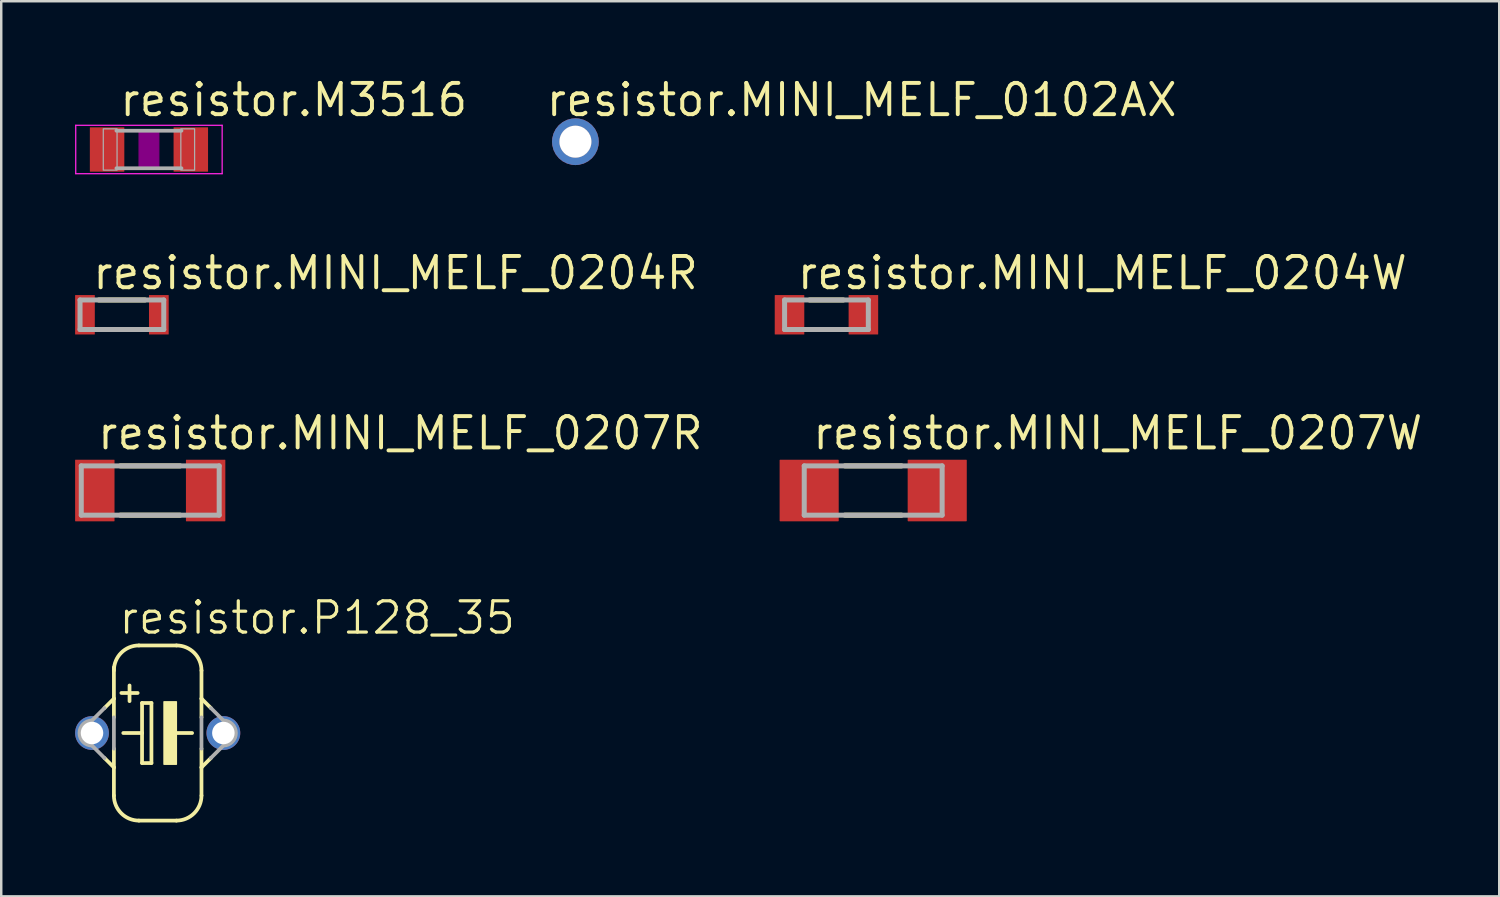
<source format=kicad_pcb>
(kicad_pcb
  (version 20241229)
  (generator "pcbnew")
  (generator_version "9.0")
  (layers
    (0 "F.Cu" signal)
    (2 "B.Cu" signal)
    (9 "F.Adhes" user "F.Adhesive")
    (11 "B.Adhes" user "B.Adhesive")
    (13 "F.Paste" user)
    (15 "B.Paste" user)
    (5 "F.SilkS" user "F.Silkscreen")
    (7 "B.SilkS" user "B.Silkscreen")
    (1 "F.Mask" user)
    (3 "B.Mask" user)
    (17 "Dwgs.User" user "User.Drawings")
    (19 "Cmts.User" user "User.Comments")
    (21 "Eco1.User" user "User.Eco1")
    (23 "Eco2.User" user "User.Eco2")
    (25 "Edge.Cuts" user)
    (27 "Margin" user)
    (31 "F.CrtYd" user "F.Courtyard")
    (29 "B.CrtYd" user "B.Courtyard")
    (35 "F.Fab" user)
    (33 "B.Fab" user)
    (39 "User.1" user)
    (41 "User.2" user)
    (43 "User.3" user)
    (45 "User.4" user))
  (footprint "resistor.MINI_MELF_0102AX"
    (layer "F.Cu")
    (at 20.315 2.703)
    (property "Reference" "resistor.MINI_MELF_0102AX" (at -1.27 -0.953 0) (layer "F.SilkS") (effects (font (size 1.27 1.27) (thickness 0.16)) (justify left bottom)))
    (attr smd)
    (fp_circle (center 0 0) (end 0.6 0) (stroke (width 0.1) (type default)) (fill no) (layer "B.Fab"))
    (fp_circle (center 0 0) (end 0.6 0) (stroke (width 0.1) (type default)) (fill no) (layer "F.Fab"))
    (pad "" np_thru_hole circle (at 0 0) (size 1.3 1.3) (drill 1.3) (layers "*.Cu" "*.Mask"))
    (pad "1" smd roundrect (at 0 0) (size 1.9 1.9) (layers "F.Cu" "F.Mask" "F.Paste") (roundrect_rratio 0.5))
    (pad "2" smd roundrect (at 0 0) (size 1.9 1.9) (layers "B.Cu" "B.Mask" "B.Paste") (roundrect_rratio 0.5)))
  (footprint "resistor.P128_35"
    (layer "F.Cu")
    (at 3.353 26.715)
    (property "Reference" "resistor.P128_35" (at -1.651 -3.937 0) (layer "F.SilkS") (effects (font (size 1.27 1.27) (thickness 0.13)) (justify left bottom)))
    (attr through_hole)
    (fp_line (start -2.159 -1.016) (end -1.778 -1.397) (stroke (width 0.152) (type default)) (layer "F.SilkS"))
    (fp_line (start -1.778 -2.667) (end -1.778 -1.397) (stroke (width 0.152) (type default)) (layer "F.SilkS"))
    (fp_line (start -1.778 -1.397) (end -1.778 -0.635) (stroke (width 0.152) (type default)) (layer "F.SilkS"))
    (fp_line (start -1.778 0.635) (end -1.778 1.397) (stroke (width 0.152) (type default)) (layer "F.SilkS"))
    (fp_line (start -1.778 1.397) (end -2.159 1.016) (stroke (width 0.152) (type default)) (layer "F.SilkS"))
    (fp_line (start -1.778 1.397) (end -1.778 2.54) (stroke (width 0.152) (type default)) (layer "F.SilkS"))
    (fp_line (start -1.397 0) (end -0.635 0) (stroke (width 0.152) (type default)) (layer "F.SilkS"))
    (fp_line (start -1.143 -1.93) (end -1.143 -1.295) (stroke (width 0.152) (type default)) (layer "F.SilkS"))
    (fp_line (start -0.813 -1.626) (end -1.473 -1.626) (stroke (width 0.152) (type default)) (layer "F.SilkS"))
    (fp_line (start -0.762 3.556) (end 0.762 3.556) (stroke (width 0.152) (type default)) (layer "F.SilkS"))
    (fp_line (start -0.635 -1.219) (end -0.635 0) (stroke (width 0.152) (type default)) (layer "F.SilkS"))
    (fp_line (start -0.635 0) (end -0.635 1.219) (stroke (width 0.152) (type default)) (layer "F.SilkS"))
    (fp_line (start -0.635 1.219) (end -0.254 1.219) (stroke (width 0.152) (type default)) (layer "F.SilkS"))
    (fp_line (start -0.254 -1.219) (end -0.635 -1.219) (stroke (width 0.152) (type default)) (layer "F.SilkS"))
    (fp_line (start -0.254 1.219) (end -0.254 -1.219) (stroke (width 0.152) (type default)) (layer "F.SilkS"))
    (fp_line (start 0.635 0) (end 1.397 0) (stroke (width 0.152) (type default)) (layer "F.SilkS"))
    (fp_line (start 0.762 -3.556) (end -0.762 -3.556) (stroke (width 0.152) (type default)) (layer "F.SilkS"))
    (fp_line (start 1.778 -2.54) (end 1.778 -1.397) (stroke (width 0.152) (type default)) (layer "F.SilkS"))
    (fp_line (start 1.778 -1.397) (end 1.778 -0.635) (stroke (width 0.152) (type default)) (layer "F.SilkS"))
    (fp_line (start 1.778 0.635) (end 1.778 1.397) (stroke (width 0.152) (type default)) (layer "F.SilkS"))
    (fp_line (start 1.778 1.397) (end 1.778 2.54) (stroke (width 0.152) (type default)) (layer "F.SilkS"))
    (fp_line (start 1.778 1.397) (end 2.159 1.016) (stroke (width 0.152) (type default)) (layer "F.SilkS"))
    (fp_line (start 2.159 -1.016) (end 1.778 -1.397) (stroke (width 0.152) (type default)) (layer "F.SilkS"))
    (fp_rect (start 0.254 1.27) (end 0.762 -1.27) (stroke (width 0.05) (type default)) (fill yes) (layer "F.SilkS"))
    (fp_arc (start -1.778 -2.54) (mid -1.48042 -3.25842) (end -0.762 -3.556) (stroke (width 0.1524) (type default)) (layer "F.SilkS"))
    (fp_arc (start -0.762 3.556) (mid -1.48042 3.25842) (end -1.778 2.54) (stroke (width 0.1524) (type default)) (layer "F.SilkS"))
    (fp_arc (start 0.762 -3.556) (mid 1.48042 -3.25842) (end 1.778 -2.54) (stroke (width 0.1524) (type default)) (layer "F.SilkS"))
    (fp_arc (start 1.778 2.54) (mid 1.48042 3.25842) (end 0.762 3.556) (stroke (width 0.1524) (type default)) (layer "F.SilkS"))
    (fp_line (start -2.667 -0.508) (end -2.159 -1.016) (stroke (width 0.152) (type default)) (layer "F.Fab"))
    (fp_line (start -2.159 1.016) (end -2.667 0.508) (stroke (width 0.152) (type default)) (layer "F.Fab"))
    (fp_line (start -1.778 -0.635) (end -1.778 0.635) (stroke (width 0.152) (type default)) (layer "F.Fab"))
    (fp_line (start 1.778 -0.635) (end 1.778 0.635) (stroke (width 0.152) (type default)) (layer "F.Fab"))
    (fp_line (start 2.159 1.016) (end 2.667 0.508) (stroke (width 0.152) (type default)) (layer "F.Fab"))
    (fp_line (start 2.667 -0.508) (end 2.159 -1.016) (stroke (width 0.152) (type default)) (layer "F.Fab"))
    (fp_arc (start -2.667 0.508) (mid -3.175 0) (end -2.667 -0.508) (stroke (width 0.1524) (type default)) (layer "F.Fab"))
    (fp_arc (start 2.667 -0.508) (mid 3.175 0) (end 2.667 0.508) (stroke (width 0.1524) (type default)) (layer "F.Fab"))
    (pad "+" thru_hole circle (at -2.667 0) (size 1.372 1.372) (drill 0.914) (layers "*.Cu" "*.Mask"))
    (pad "-" thru_hole circle (at 2.667 0) (size 1.372 1.372) (drill 0.914) (layers "*.Cu" "*.Mask")))
  (footprint "resistor.MINI_MELF_0204W"
    (layer "F.Cu")
    (at 30.509 9.731)
    (property "Reference" "resistor.MINI_MELF_0204W" (at -1.27 -0.953 0) (layer "F.SilkS") (effects (font (size 1.27 1.27) (thickness 0.16)) (justify left bottom)))
    (attr smd)
    (fp_line (start -0.684 0.6) (end 0.684 0.6) (stroke (width 0.203) (type default)) (layer "F.SilkS"))
    (fp_line (start 0.684 -0.6) (end -0.684 -0.6) (stroke (width 0.203) (type default)) (layer "F.SilkS"))
    (fp_line (start -1.7 -0.6) (end -1.7 0.6) (stroke (width 0.203) (type default)) (layer "F.Fab"))
    (fp_line (start -1.7 0.6) (end 1.7 0.6) (stroke (width 0.203) (type default)) (layer "F.Fab"))
    (fp_line (start 1.7 -0.6) (end -1.7 -0.6) (stroke (width 0.203) (type default)) (layer "F.Fab"))
    (fp_line (start 1.7 0.6) (end 1.7 -0.6) (stroke (width 0.203) (type default)) (layer "F.Fab"))
    (pad "1" smd roundrect (at -1.5 0) (size 1.2 1.6) (layers "F.Cu" "F.Mask" "F.Paste") (roundrect_rratio 0.01))
    (pad "2" smd roundrect (at 1.5 0) (size 1.2 1.6) (layers "F.Cu" "F.Mask" "F.Paste") (roundrect_rratio 0.01)))
  (footprint "resistor.M3516"
    (layer "F.Cu")
    (at 2.998 3.02)
    (property "Reference" "resistor.M3516" (at -1.27 -1.27 0) (layer "F.SilkS") (effects (font (size 1.27 1.27) (thickness 0.16)) (justify left bottom)))
    (attr smd)
    (fp_rect (start -0.4 0.7) (end 0.4 -0.7) (stroke (width 0.05) (type default)) (fill yes) (layer "F.Adhes"))
    (fp_line (start -2.973 -0.983) (end 2.973 -0.983) (stroke (width 0.051) (type default)) (layer "F.CrtYd"))
    (fp_line (start -2.973 0.983) (end -2.973 -0.983) (stroke (width 0.051) (type default)) (layer "F.CrtYd"))
    (fp_line (start 2.973 -0.983) (end 2.973 0.983) (stroke (width 0.051) (type default)) (layer "F.CrtYd"))
    (fp_line (start 2.973 0.983) (end -2.973 0.983) (stroke (width 0.051) (type default)) (layer "F.CrtYd"))
    (fp_line (start 1.321 -0.762) (end -1.321 -0.762) (stroke (width 0.152) (type default)) (layer "F.Fab"))
    (fp_line (start 1.321 0.762) (end -1.321 0.762) (stroke (width 0.152) (type default)) (layer "F.Fab"))
    (fp_rect (start -1.854 0.838) (end -1.295 -0.838) (stroke (width 0.05) (type default)) (fill no) (layer "F.Fab"))
    (fp_rect (start 1.295 0.838) (end 1.854 -0.838) (stroke (width 0.05) (type default)) (fill no) (layer "F.Fab"))
    (pad "1" smd roundrect (at -1.7 0) (size 1.4 1.8) (layers "F.Cu" "F.Mask" "F.Paste") (roundrect_rratio 0.01))
    (pad "2" smd roundrect (at 1.7 0) (size 1.4 1.8) (layers "F.Cu" "F.Mask" "F.Paste") (roundrect_rratio 0.01)))
  (footprint "resistor.MINI_MELF_0207R"
    (layer "F.Cu")
    (at 3.05 16.868)
    (property "Reference" "resistor.MINI_MELF_0207R" (at -2.223 -1.587 0) (layer "F.SilkS") (effects (font (size 1.27 1.27) (thickness 0.16)) (justify left bottom)))
    (attr smd)
    (fp_line (start -1.212 1) (end 1.212 1) (stroke (width 0.203) (type default)) (layer "F.SilkS"))
    (fp_line (start 1.212 -1) (end -1.212 -1) (stroke (width 0.203) (type default)) (layer "F.SilkS"))
    (fp_line (start -2.8 -1) (end -2.8 1) (stroke (width 0.203) (type default)) (layer "F.Fab"))
    (fp_line (start -2.8 1) (end 2.8 1) (stroke (width 0.203) (type default)) (layer "F.Fab"))
    (fp_line (start 2.8 -1) (end -2.8 -1) (stroke (width 0.203) (type default)) (layer "F.Fab"))
    (fp_line (start 2.8 1) (end 2.8 -1) (stroke (width 0.203) (type default)) (layer "F.Fab"))
    (pad "1" smd roundrect (at -2.25 0) (size 1.6 2.5) (layers "F.Cu" "F.Mask" "F.Paste") (roundrect_rratio 0.01))
    (pad "2" smd roundrect (at 2.25 0) (size 1.6 2.5) (layers "F.Cu" "F.Mask" "F.Paste") (roundrect_rratio 0.01)))
  (footprint "resistor.MINI_MELF_0207W"
    (layer "F.Cu")
    (at 32.407 16.868)
    (property "Reference" "resistor.MINI_MELF_0207W" (at -2.54 -1.587 0) (layer "F.SilkS") (effects (font (size 1.27 1.27) (thickness 0.16)) (justify left bottom)))
    (attr smd)
    (fp_line (start -1.149 1) (end 1.149 1) (stroke (width 0.203) (type default)) (layer "F.SilkS"))
    (fp_line (start 1.149 -1) (end -1.149 -1) (stroke (width 0.203) (type default)) (layer "F.SilkS"))
    (fp_line (start -2.8 -1) (end -2.8 1) (stroke (width 0.203) (type default)) (layer "F.Fab"))
    (fp_line (start -2.8 1) (end 2.8 1) (stroke (width 0.203) (type default)) (layer "F.Fab"))
    (fp_line (start 2.8 -1) (end -2.8 -1) (stroke (width 0.203) (type default)) (layer "F.Fab"))
    (fp_line (start 2.8 1) (end 2.8 -1) (stroke (width 0.203) (type default)) (layer "F.Fab"))
    (pad "1" smd roundrect (at -2.6 0) (size 2.4 2.5) (layers "F.Cu" "F.Mask" "F.Paste") (roundrect_rratio 0.01))
    (pad "2" smd roundrect (at 2.6 0) (size 2.4 2.5) (layers "F.Cu" "F.Mask" "F.Paste") (roundrect_rratio 0.01)))
  (footprint "resistor.MINI_MELF_0204R"
    (layer "F.Cu")
    (at 1.9 9.731)
    (property "Reference" "resistor.MINI_MELF_0204R" (at -1.27 -0.953 0) (layer "F.SilkS") (effects (font (size 1.27 1.27) (thickness 0.16)) (justify left bottom)))
    (attr smd)
    (fp_line (start -0.938 0.6) (end 0.938 0.6) (stroke (width 0.203) (type default)) (layer "F.SilkS"))
    (fp_line (start 0.938 -0.6) (end -0.938 -0.6) (stroke (width 0.203) (type default)) (layer "F.SilkS"))
    (fp_line (start -1.7 -0.6) (end -1.7 0.6) (stroke (width 0.203) (type default)) (layer "F.Fab"))
    (fp_line (start -1.7 0.6) (end 1.7 0.6) (stroke (width 0.203) (type default)) (layer "F.Fab"))
    (fp_line (start 1.7 -0.6) (end -1.7 -0.6) (stroke (width 0.203) (type default)) (layer "F.Fab"))
    (fp_line (start 1.7 0.6) (end 1.7 -0.6) (stroke (width 0.203) (type default)) (layer "F.Fab"))
    (pad "1" smd roundrect (at -1.5 0) (size 0.8 1.6) (layers "F.Cu" "F.Mask" "F.Paste") (roundrect_rratio 0.01))
    (pad "2" smd roundrect (at 1.5 0) (size 0.8 1.6) (layers "F.Cu" "F.Mask" "F.Paste") (roundrect_rratio 0.01)))
  (gr_rect
    (start -3 -3)
    (end 57.828 33.348)
    (stroke (width 0.1) (type default))
    (fill no)
    (layer "Edge.Cuts")))
</source>
